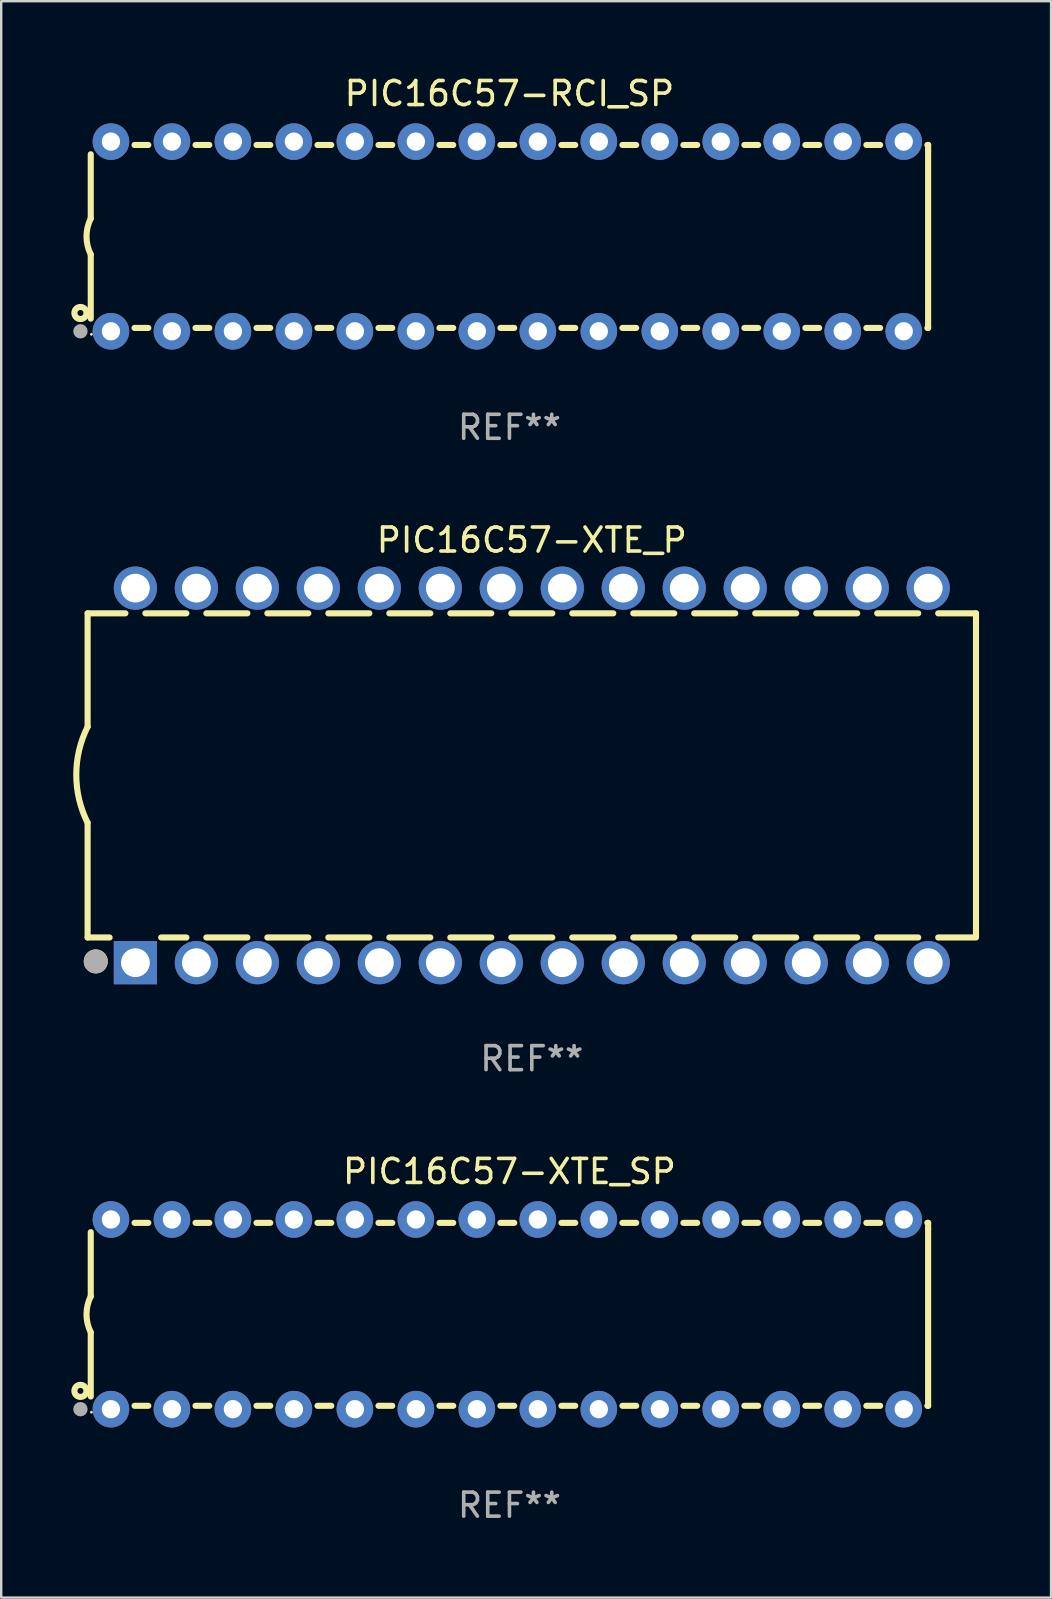
<source format=kicad_pcb>
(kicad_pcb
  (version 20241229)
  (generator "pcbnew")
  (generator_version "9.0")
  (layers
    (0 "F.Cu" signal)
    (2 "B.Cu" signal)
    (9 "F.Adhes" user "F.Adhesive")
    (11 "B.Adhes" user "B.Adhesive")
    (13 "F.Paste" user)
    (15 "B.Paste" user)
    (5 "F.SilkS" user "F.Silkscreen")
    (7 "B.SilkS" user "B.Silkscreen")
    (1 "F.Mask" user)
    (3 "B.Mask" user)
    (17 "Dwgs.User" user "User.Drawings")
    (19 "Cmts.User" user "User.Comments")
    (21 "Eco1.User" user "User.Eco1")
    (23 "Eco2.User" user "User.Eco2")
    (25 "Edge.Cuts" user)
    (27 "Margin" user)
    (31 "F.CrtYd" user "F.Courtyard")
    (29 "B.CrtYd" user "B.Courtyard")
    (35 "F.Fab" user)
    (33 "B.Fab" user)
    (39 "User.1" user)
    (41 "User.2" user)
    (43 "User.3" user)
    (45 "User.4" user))
  (footprint "PIC16C57-XTE_P"
    (layer "F.Cu")
    (at 19.099 29.245)
    (property "Reference" "PIC16C57-XTE_P" (at 0 -9.8 0) (layer "F.SilkS") (effects (font (size 1 1) (thickness 0.15))))
    (attr through_hole)
    (fp_line (start -18.5 -6.75) (end -18.5 -2.026) (stroke (width 0.254) (type solid)) (layer "F.SilkS"))
    (fp_line (start -18.5 -6.75) (end -16.926 -6.75) (stroke (width 0.254) (type solid)) (layer "F.SilkS"))
    (fp_line (start -18.5 6.75) (end -18.5 1.974) (stroke (width 0.254) (type solid)) (layer "F.SilkS"))
    (fp_line (start -18.5 6.75) (end -17.584 6.75) (stroke (width 0.254) (type solid)) (layer "F.SilkS"))
    (fp_line (start -16.094 -6.75) (end -14.386 -6.75) (stroke (width 0.254) (type solid)) (layer "F.SilkS"))
    (fp_line (start -15.436 6.75) (end -14.386 6.75) (stroke (width 0.254) (type solid)) (layer "F.SilkS"))
    (fp_line (start -13.554 -6.75) (end -11.846 -6.75) (stroke (width 0.254) (type solid)) (layer "F.SilkS"))
    (fp_line (start -13.554 6.75) (end -11.846 6.75) (stroke (width 0.254) (type solid)) (layer "F.SilkS"))
    (fp_line (start -11.014 -6.75) (end -9.306 -6.75) (stroke (width 0.254) (type solid)) (layer "F.SilkS"))
    (fp_line (start -11.014 6.75) (end -9.306 6.75) (stroke (width 0.254) (type solid)) (layer "F.SilkS"))
    (fp_line (start -8.474 -6.75) (end -6.766 -6.75) (stroke (width 0.254) (type solid)) (layer "F.SilkS"))
    (fp_line (start -8.474 6.75) (end -6.766 6.75) (stroke (width 0.254) (type solid)) (layer "F.SilkS"))
    (fp_line (start -5.934 -6.75) (end -4.226 -6.75) (stroke (width 0.254) (type solid)) (layer "F.SilkS"))
    (fp_line (start -5.934 6.75) (end -4.226 6.75) (stroke (width 0.254) (type solid)) (layer "F.SilkS"))
    (fp_line (start -3.394 -6.75) (end -1.686 -6.75) (stroke (width 0.254) (type solid)) (layer "F.SilkS"))
    (fp_line (start -3.394 6.75) (end -1.686 6.75) (stroke (width 0.254) (type solid)) (layer "F.SilkS"))
    (fp_line (start -0.854 -6.75) (end 0.854 -6.75) (stroke (width 0.254) (type solid)) (layer "F.SilkS"))
    (fp_line (start -0.854 6.75) (end 0.854 6.75) (stroke (width 0.254) (type solid)) (layer "F.SilkS"))
    (fp_line (start 1.686 -6.75) (end 3.394 -6.75) (stroke (width 0.254) (type solid)) (layer "F.SilkS"))
    (fp_line (start 1.686 6.75) (end 3.394 6.75) (stroke (width 0.254) (type solid)) (layer "F.SilkS"))
    (fp_line (start 4.226 -6.75) (end 5.934 -6.75) (stroke (width 0.254) (type solid)) (layer "F.SilkS"))
    (fp_line (start 4.226 6.75) (end 5.934 6.75) (stroke (width 0.254) (type solid)) (layer "F.SilkS"))
    (fp_line (start 6.766 -6.75) (end 8.474 -6.75) (stroke (width 0.254) (type solid)) (layer "F.SilkS"))
    (fp_line (start 6.766 6.75) (end 8.474 6.75) (stroke (width 0.254) (type solid)) (layer "F.SilkS"))
    (fp_line (start 9.306 -6.75) (end 11.014 -6.75) (stroke (width 0.254) (type solid)) (layer "F.SilkS"))
    (fp_line (start 9.306 6.75) (end 11.014 6.75) (stroke (width 0.254) (type solid)) (layer "F.SilkS"))
    (fp_line (start 11.846 -6.75) (end 13.554 -6.75) (stroke (width 0.254) (type solid)) (layer "F.SilkS"))
    (fp_line (start 11.846 6.75) (end 13.554 6.75) (stroke (width 0.254) (type solid)) (layer "F.SilkS"))
    (fp_line (start 14.386 -6.75) (end 16.094 -6.75) (stroke (width 0.254) (type solid)) (layer "F.SilkS"))
    (fp_line (start 14.386 6.75) (end 16.094 6.75) (stroke (width 0.254) (type solid)) (layer "F.SilkS"))
    (fp_line (start 16.926 -6.75) (end 18.5 -6.75) (stroke (width 0.254) (type solid)) (layer "F.SilkS"))
    (fp_line (start 16.926 6.75) (end 18.415 6.75) (stroke (width 0.254) (type solid)) (layer "F.SilkS"))
    (fp_line (start 18.5 6.75) (end 18.5 -6.75) (stroke (width 0.254) (type solid)) (layer "F.SilkS"))
    (fp_arc (start -18.500051 1.974384) (mid -18.972187 -0.025616) (end -18.500051 -2.025616) (stroke (width 0.254001) (type solid)) (layer "F.SilkS"))
    (fp_circle (center -18.5 7.8) (end -18.47 7.8) (stroke (width 0.06) (type solid)) (fill no) (layer "F.SilkS"))
    (fp_circle (center -18.161 7.747) (end -17.911 7.747) (stroke (width 0.5) (type solid)) (fill no) (layer "F.SilkS"))
    (fp_circle (center -18.161 7.747) (end -17.911 7.747) (stroke (width 0.5) (type solid)) (fill no) (layer "F.Fab"))
    (fp_text user "REF**" (at 0 11.8 0) (layer "F.Fab") (effects (font (size 1 1) (thickness 0.15))))
    (pad "1" thru_hole rect (at -16.51 7.8) (size 1.8 1.8) (drill 1.2) (layers "*.Cu" "*.Mask"))
    (pad "2" thru_hole circle (at -13.97 7.8) (size 1.8 1.8) (drill 1.2) (layers "*.Cu" "*.Mask"))
    (pad "3" thru_hole circle (at -11.43 7.8) (size 1.8 1.8) (drill 1.2) (layers "*.Cu" "*.Mask"))
    (pad "4" thru_hole circle (at -8.89 7.8) (size 1.8 1.8) (drill 1.2) (layers "*.Cu" "*.Mask"))
    (pad "5" thru_hole circle (at -6.35 7.8) (size 1.8 1.8) (drill 1.2) (layers "*.Cu" "*.Mask"))
    (pad "6" thru_hole circle (at -3.81 7.8) (size 1.8 1.8) (drill 1.2) (layers "*.Cu" "*.Mask"))
    (pad "7" thru_hole circle (at -1.27 7.8) (size 1.8 1.8) (drill 1.2) (layers "*.Cu" "*.Mask"))
    (pad "8" thru_hole circle (at 1.27 7.8) (size 1.8 1.8) (drill 1.2) (layers "*.Cu" "*.Mask"))
    (pad "9" thru_hole circle (at 3.81 7.8) (size 1.8 1.8) (drill 1.2) (layers "*.Cu" "*.Mask"))
    (pad "10" thru_hole circle (at 6.35 7.8) (size 1.8 1.8) (drill 1.2) (layers "*.Cu" "*.Mask"))
    (pad "11" thru_hole circle (at 8.89 7.8) (size 1.8 1.8) (drill 1.2) (layers "*.Cu" "*.Mask"))
    (pad "12" thru_hole circle (at 11.43 7.8) (size 1.8 1.8) (drill 1.2) (layers "*.Cu" "*.Mask"))
    (pad "13" thru_hole circle (at 13.97 7.8) (size 1.8 1.8) (drill 1.2) (layers "*.Cu" "*.Mask"))
    (pad "14" thru_hole circle (at 16.51 7.8) (size 1.8 1.8) (drill 1.2) (layers "*.Cu" "*.Mask"))
    (pad "15" thru_hole circle (at 16.51 -7.8) (size 1.8 1.8) (drill 1.2) (layers "*.Cu" "*.Mask"))
    (pad "16" thru_hole circle (at 13.97 -7.8) (size 1.8 1.8) (drill 1.2) (layers "*.Cu" "*.Mask"))
    (pad "17" thru_hole circle (at 11.43 -7.8) (size 1.8 1.8) (drill 1.2) (layers "*.Cu" "*.Mask"))
    (pad "18" thru_hole circle (at 8.89 -7.8) (size 1.8 1.8) (drill 1.2) (layers "*.Cu" "*.Mask"))
    (pad "19" thru_hole circle (at 6.35 -7.8) (size 1.8 1.8) (drill 1.2) (layers "*.Cu" "*.Mask"))
    (pad "20" thru_hole circle (at 3.81 -7.8) (size 1.8 1.8) (drill 1.2) (layers "*.Cu" "*.Mask"))
    (pad "21" thru_hole circle (at 1.27 -7.8) (size 1.8 1.8) (drill 1.2) (layers "*.Cu" "*.Mask"))
    (pad "22" thru_hole circle (at -1.27 -7.8) (size 1.8 1.8) (drill 1.2) (layers "*.Cu" "*.Mask"))
    (pad "23" thru_hole circle (at -3.81 -7.8) (size 1.8 1.8) (drill 1.2) (layers "*.Cu" "*.Mask"))
    (pad "24" thru_hole circle (at -6.35 -7.8) (size 1.8 1.8) (drill 1.2) (layers "*.Cu" "*.Mask"))
    (pad "25" thru_hole circle (at -8.89 -7.8) (size 1.8 1.8) (drill 1.2) (layers "*.Cu" "*.Mask"))
    (pad "26" thru_hole circle (at -11.43 -7.8) (size 1.8 1.8) (drill 1.2) (layers "*.Cu" "*.Mask"))
    (pad "27" thru_hole circle (at -13.97 -7.8) (size 1.8 1.8) (drill 1.2) (layers "*.Cu" "*.Mask"))
    (pad "28" thru_hole circle (at -16.51 -7.8) (size 1.8 1.8) (drill 1.2) (layers "*.Cu" "*.Mask")))
  (footprint "PIC16C57-XTE_SP"
    (layer "F.Cu")
    (at 18.168 51.691)
    (property "Reference" "PIC16C57-XTE_SP" (at 0 -5.95 0) (layer "F.SilkS") (effects (font (size 1 1) (thickness 0.15))))
    (attr through_hole)
    (fp_line (start -17.438 0.75) (end -17.438 3.423) (stroke (width 0.254) (type solid)) (layer "F.SilkS"))
    (fp_line (start -17.438 -3.423) (end -17.438 -0.75) (stroke (width 0.254) (type solid)) (layer "F.SilkS"))
    (fp_line (start -15.615 3.81) (end -15.041 3.81) (stroke (width 0.254) (type solid)) (layer "F.SilkS"))
    (fp_line (start -15.041 -3.81) (end -15.614 -3.81) (stroke (width 0.254) (type solid)) (layer "F.SilkS"))
    (fp_line (start -13.075 3.81) (end -12.501 3.81) (stroke (width 0.254) (type solid)) (layer "F.SilkS"))
    (fp_line (start -12.501 -3.81) (end -13.074 -3.81) (stroke (width 0.254) (type solid)) (layer "F.SilkS"))
    (fp_line (start -10.535 3.81) (end -9.961 3.81) (stroke (width 0.254) (type solid)) (layer "F.SilkS"))
    (fp_line (start -9.961 -3.81) (end -10.534 -3.81) (stroke (width 0.254) (type solid)) (layer "F.SilkS"))
    (fp_line (start -7.995 3.81) (end -7.421 3.81) (stroke (width 0.254) (type solid)) (layer "F.SilkS"))
    (fp_line (start -7.421 -3.81) (end -7.995 -3.81) (stroke (width 0.254) (type solid)) (layer "F.SilkS"))
    (fp_line (start -5.455 3.81) (end -4.881 3.81) (stroke (width 0.254) (type solid)) (layer "F.SilkS"))
    (fp_line (start -4.881 -3.81) (end -5.455 -3.81) (stroke (width 0.254) (type solid)) (layer "F.SilkS"))
    (fp_line (start -2.915 3.81) (end -2.341 3.81) (stroke (width 0.254) (type solid)) (layer "F.SilkS"))
    (fp_line (start -2.341 -3.81) (end -2.915 -3.81) (stroke (width 0.254) (type solid)) (layer "F.SilkS"))
    (fp_line (start -0.375 3.81) (end 0.199 3.81) (stroke (width 0.254) (type solid)) (layer "F.SilkS"))
    (fp_line (start 0.199 -3.81) (end -0.375 -3.81) (stroke (width 0.254) (type solid)) (layer "F.SilkS"))
    (fp_line (start 2.165 3.81) (end 2.739 3.81) (stroke (width 0.254) (type solid)) (layer "F.SilkS"))
    (fp_line (start 2.739 -3.81) (end 2.165 -3.81) (stroke (width 0.254) (type solid)) (layer "F.SilkS"))
    (fp_line (start 4.705 3.81) (end 5.279 3.81) (stroke (width 0.254) (type solid)) (layer "F.SilkS"))
    (fp_line (start 5.279 -3.81) (end 4.705 -3.81) (stroke (width 0.254) (type solid)) (layer "F.SilkS"))
    (fp_line (start 7.245 3.81) (end 7.819 3.81) (stroke (width 0.254) (type solid)) (layer "F.SilkS"))
    (fp_line (start 7.819 -3.81) (end 7.245 -3.81) (stroke (width 0.254) (type solid)) (layer "F.SilkS"))
    (fp_line (start 9.785 3.81) (end 10.359 3.81) (stroke (width 0.254) (type solid)) (layer "F.SilkS"))
    (fp_line (start 10.359 -3.81) (end 9.785 -3.81) (stroke (width 0.254) (type solid)) (layer "F.SilkS"))
    (fp_line (start 12.325 3.81) (end 12.899 3.81) (stroke (width 0.254) (type solid)) (layer "F.SilkS"))
    (fp_line (start 12.899 -3.81) (end 12.325 -3.81) (stroke (width 0.254) (type solid)) (layer "F.SilkS"))
    (fp_line (start 14.865 3.81) (end 15.439 3.81) (stroke (width 0.254) (type solid)) (layer "F.SilkS"))
    (fp_line (start 15.439 -3.81) (end 14.865 -3.81) (stroke (width 0.254) (type solid)) (layer "F.SilkS"))
    (fp_line (start 17.405 3.81) (end 17.438 3.81) (stroke (width 0.254) (type solid)) (layer "F.SilkS"))
    (fp_line (start 17.438 -3.81) (end 17.405 -3.81) (stroke (width 0.254) (type solid)) (layer "F.SilkS"))
    (fp_line (start 17.438 -3.556) (end 17.438 -3.81) (stroke (width 0.254) (type solid)) (layer "F.SilkS"))
    (fp_line (start 17.438 3.81) (end 17.438 -3.556) (stroke (width 0.254) (type solid)) (layer "F.SilkS"))
    (fp_arc (start -17.437986 0.749657) (mid -17.614887 -0.000024) (end -17.437783 -0.749657) (stroke (width 0.254001) (type solid)) (layer "F.SilkS"))
    (fp_circle (center -17.868 3.188) (end -17.743 3.188) (stroke (width 0.254) (type solid)) (fill no) (layer "F.SilkS"))
    (fp_circle (center -17.411 4.077) (end -17.381 4.077) (stroke (width 0.06) (type solid)) (fill no) (layer "F.SilkS"))
    (fp_circle (center -17.868 3.95) (end -17.718 3.95) (stroke (width 0.3) (type solid)) (fill no) (layer "F.Fab"))
    (fp_text user "REF**" (at 0 7.95 0) (layer "F.Fab") (effects (font (size 1 1) (thickness 0.15))))
    (pad "1" thru_hole circle (at -16.598 3.95) (size 1.524 1.524) (drill 0.762) (layers "*.Cu" "*.Mask"))
    (pad "2" thru_hole circle (at -14.058 3.95) (size 1.524 1.524) (drill 0.762) (layers "*.Cu" "*.Mask"))
    (pad "3" thru_hole circle (at -11.518 3.95) (size 1.524 1.524) (drill 0.762) (layers "*.Cu" "*.Mask"))
    (pad "4" thru_hole circle (at -8.978 3.95) (size 1.524 1.524) (drill 0.762) (layers "*.Cu" "*.Mask"))
    (pad "5" thru_hole circle (at -6.438 3.95) (size 1.524 1.524) (drill 0.762) (layers "*.Cu" "*.Mask"))
    (pad "6" thru_hole circle (at -3.898 3.95) (size 1.524 1.524) (drill 0.762) (layers "*.Cu" "*.Mask"))
    (pad "7" thru_hole circle (at -1.358 3.95) (size 1.524 1.524) (drill 0.762) (layers "*.Cu" "*.Mask"))
    (pad "8" thru_hole circle (at 1.182 3.95) (size 1.524 1.524) (drill 0.762) (layers "*.Cu" "*.Mask"))
    (pad "9" thru_hole circle (at 3.722 3.95) (size 1.524 1.524) (drill 0.762) (layers "*.Cu" "*.Mask"))
    (pad "10" thru_hole circle (at 6.262 3.95) (size 1.524 1.524) (drill 0.762) (layers "*.Cu" "*.Mask"))
    (pad "11" thru_hole circle (at 8.802 3.95) (size 1.524 1.524) (drill 0.762) (layers "*.Cu" "*.Mask"))
    (pad "12" thru_hole circle (at 11.342 3.95) (size 1.524 1.524) (drill 0.762) (layers "*.Cu" "*.Mask"))
    (pad "13" thru_hole circle (at 13.882 3.95) (size 1.524 1.524) (drill 0.762) (layers "*.Cu" "*.Mask"))
    (pad "14" thru_hole circle (at 16.422 3.95) (size 1.524 1.524) (drill 0.762) (layers "*.Cu" "*.Mask"))
    (pad "15" thru_hole circle (at 16.422 -3.95) (size 1.524 1.524) (drill 0.762) (layers "*.Cu" "*.Mask"))
    (pad "16" thru_hole circle (at 13.882 -3.95) (size 1.524 1.524) (drill 0.762) (layers "*.Cu" "*.Mask"))
    (pad "17" thru_hole circle (at 11.342 -3.95) (size 1.524 1.524) (drill 0.762) (layers "*.Cu" "*.Mask"))
    (pad "18" thru_hole circle (at 8.802 -3.95) (size 1.524 1.524) (drill 0.762) (layers "*.Cu" "*.Mask"))
    (pad "19" thru_hole circle (at 6.262 -3.95) (size 1.524 1.524) (drill 0.762) (layers "*.Cu" "*.Mask"))
    (pad "20" thru_hole circle (at 3.722 -3.95) (size 1.524 1.524) (drill 0.762) (layers "*.Cu" "*.Mask"))
    (pad "21" thru_hole circle (at 1.182 -3.95) (size 1.524 1.524) (drill 0.762) (layers "*.Cu" "*.Mask"))
    (pad "22" thru_hole circle (at -1.358 -3.95) (size 1.524 1.524) (drill 0.762) (layers "*.Cu" "*.Mask"))
    (pad "23" thru_hole circle (at -3.898 -3.95) (size 1.524 1.524) (drill 0.762) (layers "*.Cu" "*.Mask"))
    (pad "24" thru_hole circle (at -6.438 -3.95) (size 1.524 1.524) (drill 0.762) (layers "*.Cu" "*.Mask"))
    (pad "25" thru_hole circle (at -8.978 -3.95) (size 1.524 1.524) (drill 0.762) (layers "*.Cu" "*.Mask"))
    (pad "26" thru_hole circle (at -11.517 -3.95) (size 1.524 1.524) (drill 0.762) (layers "*.Cu" "*.Mask"))
    (pad "27" thru_hole circle (at -14.057 -3.95) (size 1.524 1.524) (drill 0.762) (layers "*.Cu" "*.Mask"))
    (pad "28" thru_hole circle (at -16.597 -3.95) (size 1.524 1.524) (drill 0.762) (layers "*.Cu" "*.Mask")))
  (footprint "PIC16C57-RCI_SP"
    (layer "F.Cu")
    (at 18.168 6.798)
    (property "Reference" "PIC16C57-RCI_SP" (at 0 -5.95 0) (layer "F.SilkS") (effects (font (size 1 1) (thickness 0.15))))
    (attr through_hole)
    (fp_line (start -17.438 0.75) (end -17.438 3.423) (stroke (width 0.254) (type solid)) (layer "F.SilkS"))
    (fp_line (start -17.438 -3.423) (end -17.438 -0.75) (stroke (width 0.254) (type solid)) (layer "F.SilkS"))
    (fp_line (start -15.615 3.81) (end -15.041 3.81) (stroke (width 0.254) (type solid)) (layer "F.SilkS"))
    (fp_line (start -15.041 -3.81) (end -15.614 -3.81) (stroke (width 0.254) (type solid)) (layer "F.SilkS"))
    (fp_line (start -13.075 3.81) (end -12.501 3.81) (stroke (width 0.254) (type solid)) (layer "F.SilkS"))
    (fp_line (start -12.501 -3.81) (end -13.074 -3.81) (stroke (width 0.254) (type solid)) (layer "F.SilkS"))
    (fp_line (start -10.535 3.81) (end -9.961 3.81) (stroke (width 0.254) (type solid)) (layer "F.SilkS"))
    (fp_line (start -9.961 -3.81) (end -10.534 -3.81) (stroke (width 0.254) (type solid)) (layer "F.SilkS"))
    (fp_line (start -7.995 3.81) (end -7.421 3.81) (stroke (width 0.254) (type solid)) (layer "F.SilkS"))
    (fp_line (start -7.421 -3.81) (end -7.995 -3.81) (stroke (width 0.254) (type solid)) (layer "F.SilkS"))
    (fp_line (start -5.455 3.81) (end -4.881 3.81) (stroke (width 0.254) (type solid)) (layer "F.SilkS"))
    (fp_line (start -4.881 -3.81) (end -5.455 -3.81) (stroke (width 0.254) (type solid)) (layer "F.SilkS"))
    (fp_line (start -2.915 3.81) (end -2.341 3.81) (stroke (width 0.254) (type solid)) (layer "F.SilkS"))
    (fp_line (start -2.341 -3.81) (end -2.915 -3.81) (stroke (width 0.254) (type solid)) (layer "F.SilkS"))
    (fp_line (start -0.375 3.81) (end 0.199 3.81) (stroke (width 0.254) (type solid)) (layer "F.SilkS"))
    (fp_line (start 0.199 -3.81) (end -0.375 -3.81) (stroke (width 0.254) (type solid)) (layer "F.SilkS"))
    (fp_line (start 2.165 3.81) (end 2.739 3.81) (stroke (width 0.254) (type solid)) (layer "F.SilkS"))
    (fp_line (start 2.739 -3.81) (end 2.165 -3.81) (stroke (width 0.254) (type solid)) (layer "F.SilkS"))
    (fp_line (start 4.705 3.81) (end 5.279 3.81) (stroke (width 0.254) (type solid)) (layer "F.SilkS"))
    (fp_line (start 5.279 -3.81) (end 4.705 -3.81) (stroke (width 0.254) (type solid)) (layer "F.SilkS"))
    (fp_line (start 7.245 3.81) (end 7.819 3.81) (stroke (width 0.254) (type solid)) (layer "F.SilkS"))
    (fp_line (start 7.819 -3.81) (end 7.245 -3.81) (stroke (width 0.254) (type solid)) (layer "F.SilkS"))
    (fp_line (start 9.785 3.81) (end 10.359 3.81) (stroke (width 0.254) (type solid)) (layer "F.SilkS"))
    (fp_line (start 10.359 -3.81) (end 9.785 -3.81) (stroke (width 0.254) (type solid)) (layer "F.SilkS"))
    (fp_line (start 12.325 3.81) (end 12.899 3.81) (stroke (width 0.254) (type solid)) (layer "F.SilkS"))
    (fp_line (start 12.899 -3.81) (end 12.325 -3.81) (stroke (width 0.254) (type solid)) (layer "F.SilkS"))
    (fp_line (start 14.865 3.81) (end 15.439 3.81) (stroke (width 0.254) (type solid)) (layer "F.SilkS"))
    (fp_line (start 15.439 -3.81) (end 14.865 -3.81) (stroke (width 0.254) (type solid)) (layer "F.SilkS"))
    (fp_line (start 17.405 3.81) (end 17.438 3.81) (stroke (width 0.254) (type solid)) (layer "F.SilkS"))
    (fp_line (start 17.438 -3.81) (end 17.405 -3.81) (stroke (width 0.254) (type solid)) (layer "F.SilkS"))
    (fp_line (start 17.438 -3.556) (end 17.438 -3.81) (stroke (width 0.254) (type solid)) (layer "F.SilkS"))
    (fp_line (start 17.438 3.81) (end 17.438 -3.556) (stroke (width 0.254) (type solid)) (layer "F.SilkS"))
    (fp_arc (start -17.437986 0.749657) (mid -17.614887 -0.000024) (end -17.437783 -0.749657) (stroke (width 0.254001) (type solid)) (layer "F.SilkS"))
    (fp_circle (center -17.868 3.188) (end -17.743 3.188) (stroke (width 0.254) (type solid)) (fill no) (layer "F.SilkS"))
    (fp_circle (center -17.411 4.077) (end -17.381 4.077) (stroke (width 0.06) (type solid)) (fill no) (layer "F.SilkS"))
    (fp_circle (center -17.868 3.95) (end -17.718 3.95) (stroke (width 0.3) (type solid)) (fill no) (layer "F.Fab"))
    (fp_text user "REF**" (at 0 7.95 0) (layer "F.Fab") (effects (font (size 1 1) (thickness 0.15))))
    (pad "1" thru_hole circle (at -16.598 3.95) (size 1.524 1.524) (drill 0.762) (layers "*.Cu" "*.Mask"))
    (pad "2" thru_hole circle (at -14.058 3.95) (size 1.524 1.524) (drill 0.762) (layers "*.Cu" "*.Mask"))
    (pad "3" thru_hole circle (at -11.518 3.95) (size 1.524 1.524) (drill 0.762) (layers "*.Cu" "*.Mask"))
    (pad "4" thru_hole circle (at -8.978 3.95) (size 1.524 1.524) (drill 0.762) (layers "*.Cu" "*.Mask"))
    (pad "5" thru_hole circle (at -6.438 3.95) (size 1.524 1.524) (drill 0.762) (layers "*.Cu" "*.Mask"))
    (pad "6" thru_hole circle (at -3.898 3.95) (size 1.524 1.524) (drill 0.762) (layers "*.Cu" "*.Mask"))
    (pad "7" thru_hole circle (at -1.358 3.95) (size 1.524 1.524) (drill 0.762) (layers "*.Cu" "*.Mask"))
    (pad "8" thru_hole circle (at 1.182 3.95) (size 1.524 1.524) (drill 0.762) (layers "*.Cu" "*.Mask"))
    (pad "9" thru_hole circle (at 3.722 3.95) (size 1.524 1.524) (drill 0.762) (layers "*.Cu" "*.Mask"))
    (pad "10" thru_hole circle (at 6.262 3.95) (size 1.524 1.524) (drill 0.762) (layers "*.Cu" "*.Mask"))
    (pad "11" thru_hole circle (at 8.802 3.95) (size 1.524 1.524) (drill 0.762) (layers "*.Cu" "*.Mask"))
    (pad "12" thru_hole circle (at 11.342 3.95) (size 1.524 1.524) (drill 0.762) (layers "*.Cu" "*.Mask"))
    (pad "13" thru_hole circle (at 13.882 3.95) (size 1.524 1.524) (drill 0.762) (layers "*.Cu" "*.Mask"))
    (pad "14" thru_hole circle (at 16.422 3.95) (size 1.524 1.524) (drill 0.762) (layers "*.Cu" "*.Mask"))
    (pad "15" thru_hole circle (at 16.422 -3.95) (size 1.524 1.524) (drill 0.762) (layers "*.Cu" "*.Mask"))
    (pad "16" thru_hole circle (at 13.882 -3.95) (size 1.524 1.524) (drill 0.762) (layers "*.Cu" "*.Mask"))
    (pad "17" thru_hole circle (at 11.342 -3.95) (size 1.524 1.524) (drill 0.762) (layers "*.Cu" "*.Mask"))
    (pad "18" thru_hole circle (at 8.802 -3.95) (size 1.524 1.524) (drill 0.762) (layers "*.Cu" "*.Mask"))
    (pad "19" thru_hole circle (at 6.262 -3.95) (size 1.524 1.524) (drill 0.762) (layers "*.Cu" "*.Mask"))
    (pad "20" thru_hole circle (at 3.722 -3.95) (size 1.524 1.524) (drill 0.762) (layers "*.Cu" "*.Mask"))
    (pad "21" thru_hole circle (at 1.182 -3.95) (size 1.524 1.524) (drill 0.762) (layers "*.Cu" "*.Mask"))
    (pad "22" thru_hole circle (at -1.358 -3.95) (size 1.524 1.524) (drill 0.762) (layers "*.Cu" "*.Mask"))
    (pad "23" thru_hole circle (at -3.898 -3.95) (size 1.524 1.524) (drill 0.762) (layers "*.Cu" "*.Mask"))
    (pad "24" thru_hole circle (at -6.438 -3.95) (size 1.524 1.524) (drill 0.762) (layers "*.Cu" "*.Mask"))
    (pad "25" thru_hole circle (at -8.978 -3.95) (size 1.524 1.524) (drill 0.762) (layers "*.Cu" "*.Mask"))
    (pad "26" thru_hole circle (at -11.517 -3.95) (size 1.524 1.524) (drill 0.762) (layers "*.Cu" "*.Mask"))
    (pad "27" thru_hole circle (at -14.057 -3.95) (size 1.524 1.524) (drill 0.762) (layers "*.Cu" "*.Mask"))
    (pad "28" thru_hole circle (at -16.597 -3.95) (size 1.524 1.524) (drill 0.762) (layers "*.Cu" "*.Mask")))
  (gr_rect
    (start -3 -3)
    (end 40.726 63.489)
    (stroke (width 0.1) (type default))
    (fill no)
    (layer "Edge.Cuts")))
</source>
